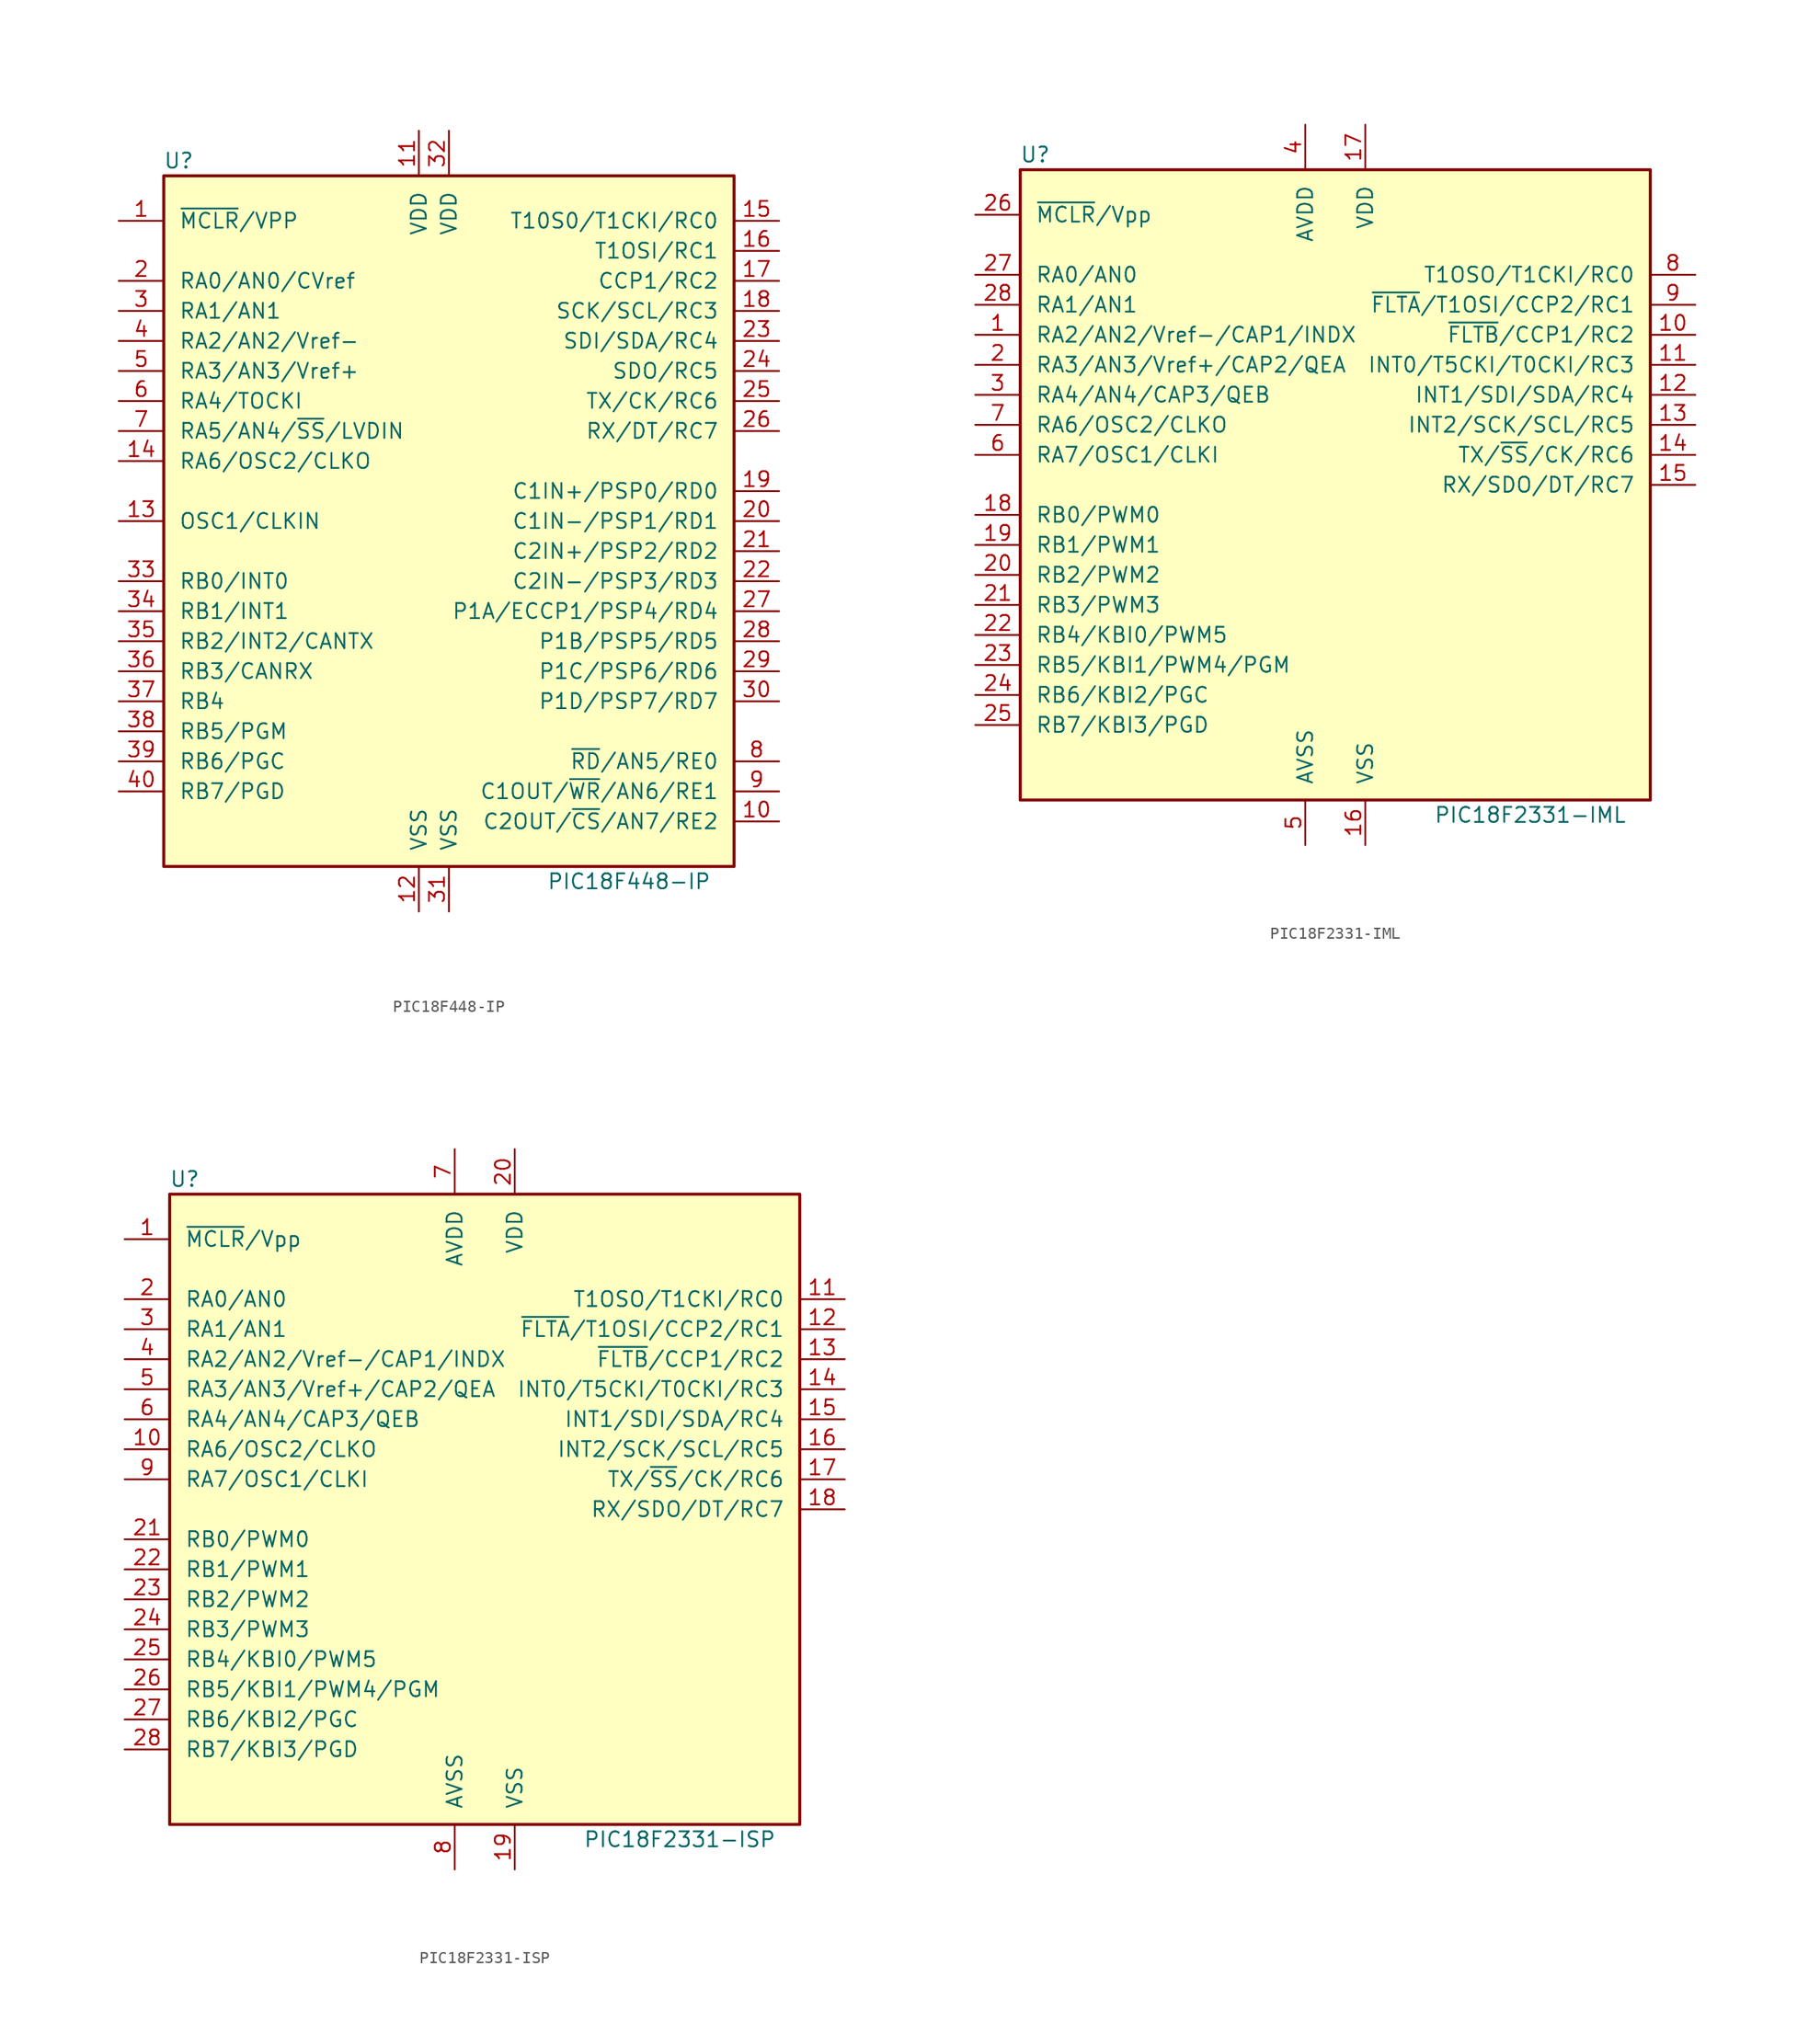
<source format=kicad_sym>
(kicad_symbol_lib
  (version 20201005)
  (generator kicad_symbol_editor)
  (symbol "PIC18F448-IP"
    (pin_names
      (offset 1.27))
    (property "Reference" "U"
      (at -22.86 30.48 0)
      (effects (font (size 1.27 1.27))))
    (property "Value" "PIC18F448-IP"
      (at 15.24 -30.48 0)
      (effects (font (size 1.27 1.27))))
    (symbol "PIC18F448-IP_0_1"
      (rectangle (start -24.13 -29.21) (end 24.13 29.21) (stroke (width 0.254)) (fill (type background))))
    (symbol "PIC18F448-IP_1_1"
      (pin input line (at -27.94 25.4 0) (length 3.81) (name "~MCLR~/VPP" (effects (font (size 1.27 1.27)))) (number "1" (effects (font (size 1.27 1.27)))))
      (pin bidirectional line (at 27.94 -25.4 180) (length 3.81) (name "C2OUT/~CS~/AN7/RE2" (effects (font (size 1.27 1.27)))) (number "10" (effects (font (size 1.27 1.27)))))
      (pin power_in line (at -2.54 33.02 270) (length 3.81) (name "VDD" (effects (font (size 1.27 1.27)))) (number "11" (effects (font (size 1.27 1.27)))))
      (pin power_in line (at -2.54 -33.02 90) (length 3.81) (name "VSS" (effects (font (size 1.27 1.27)))) (number "12" (effects (font (size 1.27 1.27)))))
      (pin input line (at -27.94 0 0) (length 3.81) (name "OSC1/CLKIN" (effects (font (size 1.27 1.27)))) (number "13" (effects (font (size 1.27 1.27)))))
      (pin output line (at -27.94 5.08 0) (length 3.81) (name "RA6/OSC2/CLKO" (effects (font (size 1.27 1.27)))) (number "14" (effects (font (size 1.27 1.27)))))
      (pin bidirectional line (at 27.94 25.4 180) (length 3.81) (name "T10S0/T1CKI/RC0" (effects (font (size 1.27 1.27)))) (number "15" (effects (font (size 1.27 1.27)))))
      (pin bidirectional line (at 27.94 22.86 180) (length 3.81) (name "T1OSI/RC1" (effects (font (size 1.27 1.27)))) (number "16" (effects (font (size 1.27 1.27)))))
      (pin bidirectional line (at 27.94 20.32 180) (length 3.81) (name "CCP1/RC2" (effects (font (size 1.27 1.27)))) (number "17" (effects (font (size 1.27 1.27)))))
      (pin bidirectional line (at 27.94 17.78 180) (length 3.81) (name "SCK/SCL/RC3" (effects (font (size 1.27 1.27)))) (number "18" (effects (font (size 1.27 1.27)))))
      (pin bidirectional line (at 27.94 2.54 180) (length 3.81) (name "C1IN+/PSP0/RD0" (effects (font (size 1.27 1.27)))) (number "19" (effects (font (size 1.27 1.27)))))
      (pin bidirectional line (at -27.94 20.32 0) (length 3.81) (name "RA0/AN0/CVref" (effects (font (size 1.27 1.27)))) (number "2" (effects (font (size 1.27 1.27)))))
      (pin bidirectional line (at 27.94 0 180) (length 3.81) (name "C1IN-/PSP1/RD1" (effects (font (size 1.27 1.27)))) (number "20" (effects (font (size 1.27 1.27)))))
      (pin bidirectional line (at 27.94 -2.54 180) (length 3.81) (name "C2IN+/PSP2/RD2" (effects (font (size 1.27 1.27)))) (number "21" (effects (font (size 1.27 1.27)))))
      (pin bidirectional line (at 27.94 -5.08 180) (length 3.81) (name "C2IN-/PSP3/RD3" (effects (font (size 1.27 1.27)))) (number "22" (effects (font (size 1.27 1.27)))))
      (pin bidirectional line (at 27.94 15.24 180) (length 3.81) (name "SDI/SDA/RC4" (effects (font (size 1.27 1.27)))) (number "23" (effects (font (size 1.27 1.27)))))
      (pin bidirectional line (at 27.94 12.7 180) (length 3.81) (name "SDO/RC5" (effects (font (size 1.27 1.27)))) (number "24" (effects (font (size 1.27 1.27)))))
      (pin bidirectional line (at 27.94 10.16 180) (length 3.81) (name "TX/CK/RC6" (effects (font (size 1.27 1.27)))) (number "25" (effects (font (size 1.27 1.27)))))
      (pin bidirectional line (at 27.94 7.62 180) (length 3.81) (name "RX/DT/RC7" (effects (font (size 1.27 1.27)))) (number "26" (effects (font (size 1.27 1.27)))))
      (pin bidirectional line (at 27.94 -7.62 180) (length 3.81) (name "P1A/ECCP1/PSP4/RD4" (effects (font (size 1.27 1.27)))) (number "27" (effects (font (size 1.27 1.27)))))
      (pin bidirectional line (at 27.94 -10.16 180) (length 3.81) (name "P1B/PSP5/RD5" (effects (font (size 1.27 1.27)))) (number "28" (effects (font (size 1.27 1.27)))))
      (pin bidirectional line (at 27.94 -12.7 180) (length 3.81) (name "P1C/PSP6/RD6" (effects (font (size 1.27 1.27)))) (number "29" (effects (font (size 1.27 1.27)))))
      (pin bidirectional line (at -27.94 17.78 0) (length 3.81) (name "RA1/AN1" (effects (font (size 1.27 1.27)))) (number "3" (effects (font (size 1.27 1.27)))))
      (pin bidirectional line (at 27.94 -15.24 180) (length 3.81) (name "P1D/PSP7/RD7" (effects (font (size 1.27 1.27)))) (number "30" (effects (font (size 1.27 1.27)))))
      (pin power_in line (at 0 -33.02 90) (length 3.81) (name "VSS" (effects (font (size 1.27 1.27)))) (number "31" (effects (font (size 1.27 1.27)))))
      (pin power_in line (at 0 33.02 270) (length 3.81) (name "VDD" (effects (font (size 1.27 1.27)))) (number "32" (effects (font (size 1.27 1.27)))))
      (pin bidirectional line (at -27.94 -5.08 0) (length 3.81) (name "RB0/INT0" (effects (font (size 1.27 1.27)))) (number "33" (effects (font (size 1.27 1.27)))))
      (pin bidirectional line (at -27.94 -7.62 0) (length 3.81) (name "RB1/INT1" (effects (font (size 1.27 1.27)))) (number "34" (effects (font (size 1.27 1.27)))))
      (pin bidirectional line (at -27.94 -10.16 0) (length 3.81) (name "RB2/INT2/CANTX" (effects (font (size 1.27 1.27)))) (number "35" (effects (font (size 1.27 1.27)))))
      (pin bidirectional line (at -27.94 -12.7 0) (length 3.81) (name "RB3/CANRX" (effects (font (size 1.27 1.27)))) (number "36" (effects (font (size 1.27 1.27)))))
      (pin bidirectional line (at -27.94 -15.24 0) (length 3.81) (name "RB4" (effects (font (size 1.27 1.27)))) (number "37" (effects (font (size 1.27 1.27)))))
      (pin bidirectional line (at -27.94 -17.78 0) (length 3.81) (name "RB5/PGM" (effects (font (size 1.27 1.27)))) (number "38" (effects (font (size 1.27 1.27)))))
      (pin bidirectional line (at -27.94 -20.32 0) (length 3.81) (name "RB6/PGC" (effects (font (size 1.27 1.27)))) (number "39" (effects (font (size 1.27 1.27)))))
      (pin bidirectional line (at -27.94 15.24 0) (length 3.81) (name "RA2/AN2/Vref-" (effects (font (size 1.27 1.27)))) (number "4" (effects (font (size 1.27 1.27)))))
      (pin bidirectional line (at -27.94 -22.86 0) (length 3.81) (name "RB7/PGD" (effects (font (size 1.27 1.27)))) (number "40" (effects (font (size 1.27 1.27)))))
      (pin bidirectional line (at -27.94 12.7 0) (length 3.81) (name "RA3/AN3/Vref+" (effects (font (size 1.27 1.27)))) (number "5" (effects (font (size 1.27 1.27)))))
      (pin bidirectional line (at -27.94 10.16 0) (length 3.81) (name "RA4/TOCKI" (effects (font (size 1.27 1.27)))) (number "6" (effects (font (size 1.27 1.27)))))
      (pin bidirectional line (at -27.94 7.62 0) (length 3.81) (name "RA5/AN4/~SS~/LVDIN" (effects (font (size 1.27 1.27)))) (number "7" (effects (font (size 1.27 1.27)))))
      (pin bidirectional line (at 27.94 -20.32 180) (length 3.81) (name "~RD~/AN5/RE0" (effects (font (size 1.27 1.27)))) (number "8" (effects (font (size 1.27 1.27)))))
      (pin bidirectional line (at 27.94 -22.86 180) (length 3.81) (name "C1OUT/~WR~/AN6/RE1" (effects (font (size 1.27 1.27)))) (number "9" (effects (font (size 1.27 1.27)))))))
  (symbol "PIC18F2331-IML"
    (pin_names
      (offset 1.27))
    (property "Reference" "U"
      (at -25.4 27.94 0)
      (effects (font (size 1.27 1.27))))
    (property "Value" "PIC18F2331-IML"
      (at 16.51 -27.94 0)
      (effects (font (size 1.27 1.27))))
    (symbol "PIC18F2331-IML_0_1"
      (rectangle (start -26.67 26.67) (end 26.67 -26.67) (stroke (width 0.254)) (fill (type background))))
    (symbol "PIC18F2331-IML_1_1"
      (pin bidirectional line (at -30.48 12.7 0) (length 3.81) (name "RA2/AN2/Vref-/CAP1/INDX" (effects (font (size 1.27 1.27)))) (number "1" (effects (font (size 1.27 1.27)))))
      (pin bidirectional line (at 30.48 12.7 180) (length 3.81) (name "~FLTB~/CCP1/RC2" (effects (font (size 1.27 1.27)))) (number "10" (effects (font (size 1.27 1.27)))))
      (pin bidirectional line (at 30.48 10.16 180) (length 3.81) (name "INT0/T5CKI/T0CKI/RC3" (effects (font (size 1.27 1.27)))) (number "11" (effects (font (size 1.27 1.27)))))
      (pin bidirectional line (at 30.48 7.62 180) (length 3.81) (name "INT1/SDI/SDA/RC4" (effects (font (size 1.27 1.27)))) (number "12" (effects (font (size 1.27 1.27)))))
      (pin bidirectional line (at 30.48 5.08 180) (length 3.81) (name "INT2/SCK/SCL/RC5" (effects (font (size 1.27 1.27)))) (number "13" (effects (font (size 1.27 1.27)))))
      (pin bidirectional line (at 30.48 2.54 180) (length 3.81) (name "TX/~SS~/CK/RC6" (effects (font (size 1.27 1.27)))) (number "14" (effects (font (size 1.27 1.27)))))
      (pin bidirectional line (at 30.48 0 180) (length 3.81) (name "RX/SDO/DT/RC7" (effects (font (size 1.27 1.27)))) (number "15" (effects (font (size 1.27 1.27)))))
      (pin power_in line (at 2.54 -30.48 90) (length 3.81) (name "VSS" (effects (font (size 1.27 1.27)))) (number "16" (effects (font (size 1.27 1.27)))))
      (pin power_in line (at 2.54 30.48 270) (length 3.81) (name "VDD" (effects (font (size 1.27 1.27)))) (number "17" (effects (font (size 1.27 1.27)))))
      (pin bidirectional line (at -30.48 -2.54 0) (length 3.81) (name "RB0/PWM0" (effects (font (size 1.27 1.27)))) (number "18" (effects (font (size 1.27 1.27)))))
      (pin bidirectional line (at -30.48 -5.08 0) (length 3.81) (name "RB1/PWM1" (effects (font (size 1.27 1.27)))) (number "19" (effects (font (size 1.27 1.27)))))
      (pin bidirectional line (at -30.48 10.16 0) (length 3.81) (name "RA3/AN3/Vref+/CAP2/QEA" (effects (font (size 1.27 1.27)))) (number "2" (effects (font (size 1.27 1.27)))))
      (pin bidirectional line (at -30.48 -7.62 0) (length 3.81) (name "RB2/PWM2" (effects (font (size 1.27 1.27)))) (number "20" (effects (font (size 1.27 1.27)))))
      (pin bidirectional line (at -30.48 -10.16 0) (length 3.81) (name "RB3/PWM3" (effects (font (size 1.27 1.27)))) (number "21" (effects (font (size 1.27 1.27)))))
      (pin bidirectional line (at -30.48 -12.7 0) (length 3.81) (name "RB4/KBI0/PWM5" (effects (font (size 1.27 1.27)))) (number "22" (effects (font (size 1.27 1.27)))))
      (pin bidirectional line (at -30.48 -15.24 0) (length 3.81) (name "RB5/KBI1/PWM4/PGM" (effects (font (size 1.27 1.27)))) (number "23" (effects (font (size 1.27 1.27)))))
      (pin bidirectional line (at -30.48 -17.78 0) (length 3.81) (name "RB6/KBI2/PGC" (effects (font (size 1.27 1.27)))) (number "24" (effects (font (size 1.27 1.27)))))
      (pin bidirectional line (at -30.48 -20.32 0) (length 3.81) (name "RB7/KBI3/PGD" (effects (font (size 1.27 1.27)))) (number "25" (effects (font (size 1.27 1.27)))))
      (pin input line (at -30.48 22.86 0) (length 3.81) (name "~MCLR~/Vpp" (effects (font (size 1.27 1.27)))) (number "26" (effects (font (size 1.27 1.27)))))
      (pin bidirectional line (at -30.48 17.78 0) (length 3.81) (name "RA0/AN0" (effects (font (size 1.27 1.27)))) (number "27" (effects (font (size 1.27 1.27)))))
      (pin bidirectional line (at -30.48 15.24 0) (length 3.81) (name "RA1/AN1" (effects (font (size 1.27 1.27)))) (number "28" (effects (font (size 1.27 1.27)))))
      (pin bidirectional line (at -30.48 7.62 0) (length 3.81) (name "RA4/AN4/CAP3/QEB" (effects (font (size 1.27 1.27)))) (number "3" (effects (font (size 1.27 1.27)))))
      (pin power_in line (at -2.54 30.48 270) (length 3.81) (name "AVDD" (effects (font (size 1.27 1.27)))) (number "4" (effects (font (size 1.27 1.27)))))
      (pin power_in line (at -2.54 -30.48 90) (length 3.81) (name "AVSS" (effects (font (size 1.27 1.27)))) (number "5" (effects (font (size 1.27 1.27)))))
      (pin bidirectional line (at -30.48 2.54 0) (length 3.81) (name "RA7/OSC1/CLKI" (effects (font (size 1.27 1.27)))) (number "6" (effects (font (size 1.27 1.27)))))
      (pin bidirectional line (at -30.48 5.08 0) (length 3.81) (name "RA6/OSC2/CLKO" (effects (font (size 1.27 1.27)))) (number "7" (effects (font (size 1.27 1.27)))))
      (pin bidirectional line (at 30.48 17.78 180) (length 3.81) (name "T1OSO/T1CKI/RC0" (effects (font (size 1.27 1.27)))) (number "8" (effects (font (size 1.27 1.27)))))
      (pin bidirectional line (at 30.48 15.24 180) (length 3.81) (name "~FLTA~/T1OSI/CCP2/RC1" (effects (font (size 1.27 1.27)))) (number "9" (effects (font (size 1.27 1.27)))))))
  (symbol "PIC18F2331-ISP"
    (pin_names
      (offset 1.27))
    (property "Reference" "U"
      (at -25.4 27.94 0)
      (effects (font (size 1.27 1.27))))
    (property "Value" "PIC18F2331-ISP"
      (at 16.51 -27.94 0)
      (effects (font (size 1.27 1.27))))
    (symbol "PIC18F2331-ISP_0_1"
      (rectangle (start -26.67 26.67) (end 26.67 -26.67) (stroke (width 0.254)) (fill (type background))))
    (symbol "PIC18F2331-ISP_1_1"
      (pin input line (at -30.48 22.86 0) (length 3.81) (name "~MCLR~/Vpp" (effects (font (size 1.27 1.27)))) (number "1" (effects (font (size 1.27 1.27)))))
      (pin bidirectional line (at -30.48 5.08 0) (length 3.81) (name "RA6/OSC2/CLKO" (effects (font (size 1.27 1.27)))) (number "10" (effects (font (size 1.27 1.27)))))
      (pin bidirectional line (at 30.48 17.78 180) (length 3.81) (name "T1OSO/T1CKI/RC0" (effects (font (size 1.27 1.27)))) (number "11" (effects (font (size 1.27 1.27)))))
      (pin bidirectional line (at 30.48 15.24 180) (length 3.81) (name "~FLTA~/T1OSI/CCP2/RC1" (effects (font (size 1.27 1.27)))) (number "12" (effects (font (size 1.27 1.27)))))
      (pin bidirectional line (at 30.48 12.7 180) (length 3.81) (name "~FLTB~/CCP1/RC2" (effects (font (size 1.27 1.27)))) (number "13" (effects (font (size 1.27 1.27)))))
      (pin bidirectional line (at 30.48 10.16 180) (length 3.81) (name "INT0/T5CKI/T0CKI/RC3" (effects (font (size 1.27 1.27)))) (number "14" (effects (font (size 1.27 1.27)))))
      (pin bidirectional line (at 30.48 7.62 180) (length 3.81) (name "INT1/SDI/SDA/RC4" (effects (font (size 1.27 1.27)))) (number "15" (effects (font (size 1.27 1.27)))))
      (pin bidirectional line (at 30.48 5.08 180) (length 3.81) (name "INT2/SCK/SCL/RC5" (effects (font (size 1.27 1.27)))) (number "16" (effects (font (size 1.27 1.27)))))
      (pin bidirectional line (at 30.48 2.54 180) (length 3.81) (name "TX/~SS~/CK/RC6" (effects (font (size 1.27 1.27)))) (number "17" (effects (font (size 1.27 1.27)))))
      (pin bidirectional line (at 30.48 0 180) (length 3.81) (name "RX/SDO/DT/RC7" (effects (font (size 1.27 1.27)))) (number "18" (effects (font (size 1.27 1.27)))))
      (pin power_in line (at 2.54 -30.48 90) (length 3.81) (name "VSS" (effects (font (size 1.27 1.27)))) (number "19" (effects (font (size 1.27 1.27)))))
      (pin bidirectional line (at -30.48 17.78 0) (length 3.81) (name "RA0/AN0" (effects (font (size 1.27 1.27)))) (number "2" (effects (font (size 1.27 1.27)))))
      (pin power_in line (at 2.54 30.48 270) (length 3.81) (name "VDD" (effects (font (size 1.27 1.27)))) (number "20" (effects (font (size 1.27 1.27)))))
      (pin bidirectional line (at -30.48 -2.54 0) (length 3.81) (name "RB0/PWM0" (effects (font (size 1.27 1.27)))) (number "21" (effects (font (size 1.27 1.27)))))
      (pin bidirectional line (at -30.48 -5.08 0) (length 3.81) (name "RB1/PWM1" (effects (font (size 1.27 1.27)))) (number "22" (effects (font (size 1.27 1.27)))))
      (pin bidirectional line (at -30.48 -7.62 0) (length 3.81) (name "RB2/PWM2" (effects (font (size 1.27 1.27)))) (number "23" (effects (font (size 1.27 1.27)))))
      (pin bidirectional line (at -30.48 -10.16 0) (length 3.81) (name "RB3/PWM3" (effects (font (size 1.27 1.27)))) (number "24" (effects (font (size 1.27 1.27)))))
      (pin bidirectional line (at -30.48 -12.7 0) (length 3.81) (name "RB4/KBI0/PWM5" (effects (font (size 1.27 1.27)))) (number "25" (effects (font (size 1.27 1.27)))))
      (pin bidirectional line (at -30.48 -15.24 0) (length 3.81) (name "RB5/KBI1/PWM4/PGM" (effects (font (size 1.27 1.27)))) (number "26" (effects (font (size 1.27 1.27)))))
      (pin bidirectional line (at -30.48 -17.78 0) (length 3.81) (name "RB6/KBI2/PGC" (effects (font (size 1.27 1.27)))) (number "27" (effects (font (size 1.27 1.27)))))
      (pin bidirectional line (at -30.48 -20.32 0) (length 3.81) (name "RB7/KBI3/PGD" (effects (font (size 1.27 1.27)))) (number "28" (effects (font (size 1.27 1.27)))))
      (pin bidirectional line (at -30.48 15.24 0) (length 3.81) (name "RA1/AN1" (effects (font (size 1.27 1.27)))) (number "3" (effects (font (size 1.27 1.27)))))
      (pin bidirectional line (at -30.48 12.7 0) (length 3.81) (name "RA2/AN2/Vref-/CAP1/INDX" (effects (font (size 1.27 1.27)))) (number "4" (effects (font (size 1.27 1.27)))))
      (pin bidirectional line (at -30.48 10.16 0) (length 3.81) (name "RA3/AN3/Vref+/CAP2/QEA" (effects (font (size 1.27 1.27)))) (number "5" (effects (font (size 1.27 1.27)))))
      (pin bidirectional line (at -30.48 7.62 0) (length 3.81) (name "RA4/AN4/CAP3/QEB" (effects (font (size 1.27 1.27)))) (number "6" (effects (font (size 1.27 1.27)))))
      (pin power_in line (at -2.54 30.48 270) (length 3.81) (name "AVDD" (effects (font (size 1.27 1.27)))) (number "7" (effects (font (size 1.27 1.27)))))
      (pin power_in line (at -2.54 -30.48 90) (length 3.81) (name "AVSS" (effects (font (size 1.27 1.27)))) (number "8" (effects (font (size 1.27 1.27)))))
      (pin bidirectional line (at -30.48 2.54 0) (length 3.81) (name "RA7/OSC1/CLKI" (effects (font (size 1.27 1.27)))) (number "9" (effects (font (size 1.27 1.27))))))))
</source>
